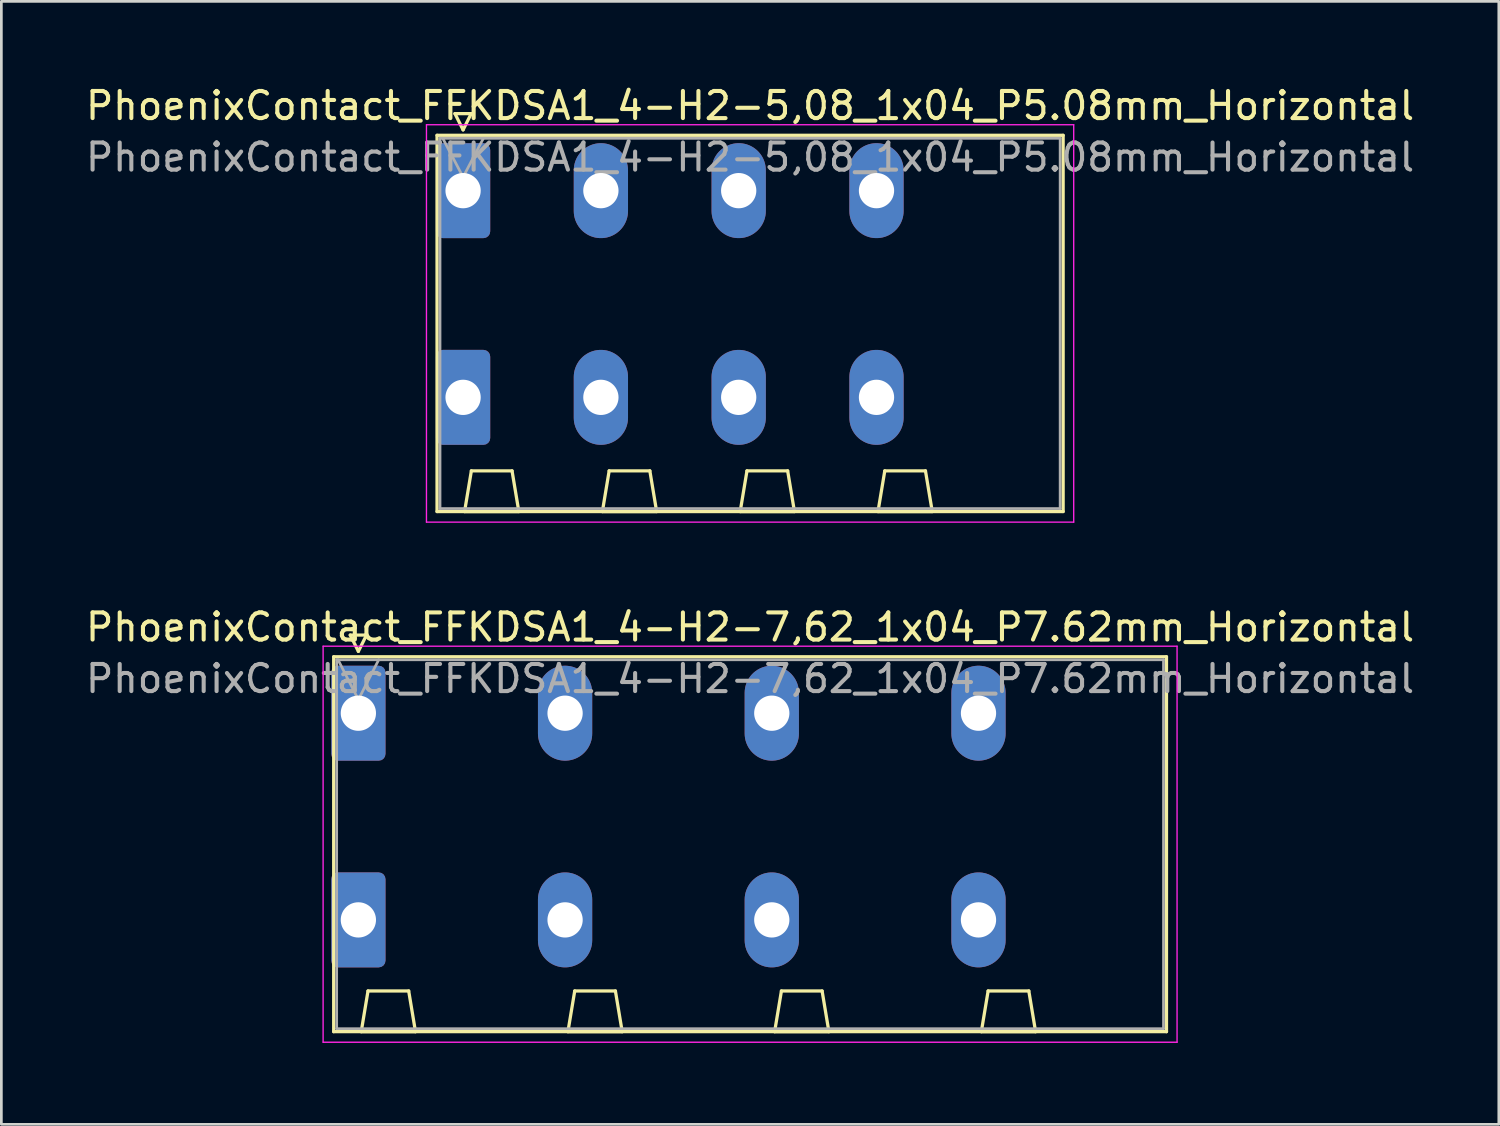
<source format=kicad_pcb>
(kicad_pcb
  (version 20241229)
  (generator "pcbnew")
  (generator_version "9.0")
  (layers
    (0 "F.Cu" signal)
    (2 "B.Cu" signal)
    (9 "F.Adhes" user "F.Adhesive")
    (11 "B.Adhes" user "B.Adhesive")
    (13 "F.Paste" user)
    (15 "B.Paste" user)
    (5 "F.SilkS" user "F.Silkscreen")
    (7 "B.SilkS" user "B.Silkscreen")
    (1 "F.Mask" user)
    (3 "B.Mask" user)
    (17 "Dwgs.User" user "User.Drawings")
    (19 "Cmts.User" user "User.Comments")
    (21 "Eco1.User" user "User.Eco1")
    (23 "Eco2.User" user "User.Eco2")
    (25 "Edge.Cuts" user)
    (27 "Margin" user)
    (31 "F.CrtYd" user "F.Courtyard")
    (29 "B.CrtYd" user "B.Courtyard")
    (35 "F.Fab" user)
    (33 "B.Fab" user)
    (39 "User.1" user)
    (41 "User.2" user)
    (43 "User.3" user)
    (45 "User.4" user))
  (footprint "PhoenixContact_FFKDSA1_4-H2-5,08_1x04_P5.08mm_Horizontal"
    (layer "F.Cu")
    (at 14.021 3.978)
    (property "Reference" "PhoenixContact_FFKDSA1_4-H2-5,08_1x04_P5.08mm_Horizontal" (at 10.58 -3.13 0) (layer "F.SilkS") (effects (font (size 1 1) (thickness 0.15))))
    (attr through_hole)
    (fp_line (start -0.96 -2.04) (end -0.96 11.83) (stroke (width 0.12) (type solid)) (layer "F.SilkS"))
    (fp_line (start -0.96 11.83) (end 22.12 11.83) (stroke (width 0.12) (type solid)) (layer "F.SilkS"))
    (fp_line (start -0.3 -2.84) (end 0.3 -2.84) (stroke (width 0.12) (type solid)) (layer "F.SilkS"))
    (fp_line (start 0 -2.24) (end -0.3 -2.84) (stroke (width 0.12) (type solid)) (layer "F.SilkS"))
    (fp_line (start 0.055 11.83) (end 2.055 11.83) (stroke (width 0.12) (type solid)) (layer "F.SilkS"))
    (fp_line (start 0.3 -2.84) (end 0 -2.24) (stroke (width 0.12) (type solid)) (layer "F.SilkS"))
    (fp_line (start 0.305 10.33) (end 0.055 11.83) (stroke (width 0.12) (type solid)) (layer "F.SilkS"))
    (fp_line (start 1.805 10.33) (end 0.305 10.33) (stroke (width 0.12) (type solid)) (layer "F.SilkS"))
    (fp_line (start 2.055 11.83) (end 1.805 10.33) (stroke (width 0.12) (type solid)) (layer "F.SilkS"))
    (fp_line (start 5.135 11.83) (end 7.135 11.83) (stroke (width 0.12) (type solid)) (layer "F.SilkS"))
    (fp_line (start 5.385 10.33) (end 5.135 11.83) (stroke (width 0.12) (type solid)) (layer "F.SilkS"))
    (fp_line (start 6.885 10.33) (end 5.385 10.33) (stroke (width 0.12) (type solid)) (layer "F.SilkS"))
    (fp_line (start 7.135 11.83) (end 6.885 10.33) (stroke (width 0.12) (type solid)) (layer "F.SilkS"))
    (fp_line (start 10.215 11.83) (end 12.215 11.83) (stroke (width 0.12) (type solid)) (layer "F.SilkS"))
    (fp_line (start 10.465 10.33) (end 10.215 11.83) (stroke (width 0.12) (type solid)) (layer "F.SilkS"))
    (fp_line (start 11.965 10.33) (end 10.465 10.33) (stroke (width 0.12) (type solid)) (layer "F.SilkS"))
    (fp_line (start 12.215 11.83) (end 11.965 10.33) (stroke (width 0.12) (type solid)) (layer "F.SilkS"))
    (fp_line (start 15.295 11.83) (end 17.295 11.83) (stroke (width 0.12) (type solid)) (layer "F.SilkS"))
    (fp_line (start 15.545 10.33) (end 15.295 11.83) (stroke (width 0.12) (type solid)) (layer "F.SilkS"))
    (fp_line (start 17.045 10.33) (end 15.545 10.33) (stroke (width 0.12) (type solid)) (layer "F.SilkS"))
    (fp_line (start 17.295 11.83) (end 17.045 10.33) (stroke (width 0.12) (type solid)) (layer "F.SilkS"))
    (fp_line (start 22.12 -2.04) (end -0.96 -2.04) (stroke (width 0.12) (type solid)) (layer "F.SilkS"))
    (fp_line (start 22.12 11.83) (end 22.12 -2.04) (stroke (width 0.12) (type solid)) (layer "F.SilkS"))
    (fp_line (start -1.35 -2.43) (end -1.35 12.22) (stroke (width 0.05) (type solid)) (layer "F.CrtYd"))
    (fp_line (start -1.35 12.22) (end 22.51 12.22) (stroke (width 0.05) (type solid)) (layer "F.CrtYd"))
    (fp_line (start 22.51 -2.43) (end -1.35 -2.43) (stroke (width 0.05) (type solid)) (layer "F.CrtYd"))
    (fp_line (start 22.51 12.22) (end 22.51 -2.43) (stroke (width 0.05) (type solid)) (layer "F.CrtYd"))
    (fp_line (start -0.85 -1.93) (end -0.85 11.72) (stroke (width 0.1) (type solid)) (layer "F.Fab"))
    (fp_line (start -0.85 11.72) (end 22.01 11.72) (stroke (width 0.1) (type solid)) (layer "F.Fab"))
    (fp_line (start 0 -0.5) (end -0.75 -1.93) (stroke (width 0.1) (type solid)) (layer "F.Fab"))
    (fp_line (start 0.75 -1.93) (end 0 -0.5) (stroke (width 0.1) (type solid)) (layer "F.Fab"))
    (fp_line (start 22.01 -1.93) (end -0.85 -1.93) (stroke (width 0.1) (type solid)) (layer "F.Fab"))
    (fp_line (start 22.01 11.72) (end 22.01 -1.93) (stroke (width 0.1) (type solid)) (layer "F.Fab"))
    (fp_text user "${REFERENCE}" (at 10.58 -1.23 0) (layer "F.Fab") (effects (font (size 1 1) (thickness 0.15))))
    (pad "1" thru_hole roundrect (at 0 0) (size 2 3.5) (drill 1.3) (layers "*.Cu" "*.Mask") (roundrect_rratio 0.125))
    (pad "1" thru_hole roundrect (at 0 7.62) (size 2 3.5) (drill 1.3) (layers "*.Cu" "*.Mask") (roundrect_rratio 0.125))
    (pad "2" thru_hole oval (at 5.08 0) (size 2 3.5) (drill 1.3) (layers "*.Cu" "*.Mask"))
    (pad "2" thru_hole oval (at 5.08 7.62) (size 2 3.5) (drill 1.3) (layers "*.Cu" "*.Mask"))
    (pad "3" thru_hole oval (at 10.16 0) (size 2 3.5) (drill 1.3) (layers "*.Cu" "*.Mask"))
    (pad "3" thru_hole oval (at 10.16 7.62) (size 2 3.5) (drill 1.3) (layers "*.Cu" "*.Mask"))
    (pad "4" thru_hole oval (at 15.24 0) (size 2 3.5) (drill 1.3) (layers "*.Cu" "*.Mask"))
    (pad "4" thru_hole oval (at 15.24 7.62) (size 2 3.5) (drill 1.3) (layers "*.Cu" "*.Mask")))
  (footprint "PhoenixContact_FFKDSA1_4-H2-7,62_1x04_P7.62mm_Horizontal"
    (layer "F.Cu")
    (at 10.161 23.241)
    (property "Reference" "PhoenixContact_FFKDSA1_4-H2-7,62_1x04_P7.62mm_Horizontal" (at 14.44 -3.17 0) (layer "F.SilkS") (effects (font (size 1 1) (thickness 0.15))))
    (attr through_hole)
    (fp_line (start -0.91 -2.08) (end -0.91 11.74) (stroke (width 0.12) (type solid)) (layer "F.SilkS"))
    (fp_line (start -0.91 11.74) (end 29.79 11.74) (stroke (width 0.12) (type solid)) (layer "F.SilkS"))
    (fp_line (start -0.3 -2.88) (end 0.3 -2.88) (stroke (width 0.12) (type solid)) (layer "F.SilkS"))
    (fp_line (start 0 -2.28) (end -0.3 -2.88) (stroke (width 0.12) (type solid)) (layer "F.SilkS"))
    (fp_line (start 0.105 11.74) (end 2.105 11.74) (stroke (width 0.12) (type solid)) (layer "F.SilkS"))
    (fp_line (start 0.3 -2.88) (end 0 -2.28) (stroke (width 0.12) (type solid)) (layer "F.SilkS"))
    (fp_line (start 0.355 10.24) (end 0.105 11.74) (stroke (width 0.12) (type solid)) (layer "F.SilkS"))
    (fp_line (start 1.855 10.24) (end 0.355 10.24) (stroke (width 0.12) (type solid)) (layer "F.SilkS"))
    (fp_line (start 2.105 11.74) (end 1.855 10.24) (stroke (width 0.12) (type solid)) (layer "F.SilkS"))
    (fp_line (start 7.725 11.74) (end 9.725 11.74) (stroke (width 0.12) (type solid)) (layer "F.SilkS"))
    (fp_line (start 7.975 10.24) (end 7.725 11.74) (stroke (width 0.12) (type solid)) (layer "F.SilkS"))
    (fp_line (start 9.475 10.24) (end 7.975 10.24) (stroke (width 0.12) (type solid)) (layer "F.SilkS"))
    (fp_line (start 9.725 11.74) (end 9.475 10.24) (stroke (width 0.12) (type solid)) (layer "F.SilkS"))
    (fp_line (start 15.345 11.74) (end 17.345 11.74) (stroke (width 0.12) (type solid)) (layer "F.SilkS"))
    (fp_line (start 15.595 10.24) (end 15.345 11.74) (stroke (width 0.12) (type solid)) (layer "F.SilkS"))
    (fp_line (start 17.095 10.24) (end 15.595 10.24) (stroke (width 0.12) (type solid)) (layer "F.SilkS"))
    (fp_line (start 17.345 11.74) (end 17.095 10.24) (stroke (width 0.12) (type solid)) (layer "F.SilkS"))
    (fp_line (start 22.965 11.74) (end 24.965 11.74) (stroke (width 0.12) (type solid)) (layer "F.SilkS"))
    (fp_line (start 23.215 10.24) (end 22.965 11.74) (stroke (width 0.12) (type solid)) (layer "F.SilkS"))
    (fp_line (start 24.715 10.24) (end 23.215 10.24) (stroke (width 0.12) (type solid)) (layer "F.SilkS"))
    (fp_line (start 24.965 11.74) (end 24.715 10.24) (stroke (width 0.12) (type solid)) (layer "F.SilkS"))
    (fp_line (start 29.79 -2.08) (end -0.91 -2.08) (stroke (width 0.12) (type solid)) (layer "F.SilkS"))
    (fp_line (start 29.79 11.74) (end 29.79 -2.08) (stroke (width 0.12) (type solid)) (layer "F.SilkS"))
    (fp_line (start -1.3 -2.47) (end -1.3 12.13) (stroke (width 0.05) (type solid)) (layer "F.CrtYd"))
    (fp_line (start -1.3 12.13) (end 30.18 12.13) (stroke (width 0.05) (type solid)) (layer "F.CrtYd"))
    (fp_line (start 30.18 -2.47) (end -1.3 -2.47) (stroke (width 0.05) (type solid)) (layer "F.CrtYd"))
    (fp_line (start 30.18 12.13) (end 30.18 -2.47) (stroke (width 0.05) (type solid)) (layer "F.CrtYd"))
    (fp_line (start -0.8 -1.97) (end -0.8 11.63) (stroke (width 0.1) (type solid)) (layer "F.Fab"))
    (fp_line (start -0.8 11.63) (end 29.68 11.63) (stroke (width 0.1) (type solid)) (layer "F.Fab"))
    (fp_line (start 0 -0.5) (end -0.75 -1.97) (stroke (width 0.1) (type solid)) (layer "F.Fab"))
    (fp_line (start 0.75 -1.97) (end 0 -0.5) (stroke (width 0.1) (type solid)) (layer "F.Fab"))
    (fp_line (start 29.68 -1.97) (end -0.8 -1.97) (stroke (width 0.1) (type solid)) (layer "F.Fab"))
    (fp_line (start 29.68 11.63) (end 29.68 -1.97) (stroke (width 0.1) (type solid)) (layer "F.Fab"))
    (fp_text user "${REFERENCE}" (at 14.44 -1.27 0) (layer "F.Fab") (effects (font (size 1 1) (thickness 0.15))))
    (pad "1" thru_hole roundrect (at 0 0) (size 2 3.5) (drill 1.3) (layers "*.Cu" "*.Mask") (roundrect_rratio 0.125))
    (pad "1" thru_hole roundrect (at 0 7.62) (size 2 3.5) (drill 1.3) (layers "*.Cu" "*.Mask") (roundrect_rratio 0.125))
    (pad "2" thru_hole oval (at 7.62 0) (size 2 3.5) (drill 1.3) (layers "*.Cu" "*.Mask"))
    (pad "2" thru_hole oval (at 7.62 7.62) (size 2 3.5) (drill 1.3) (layers "*.Cu" "*.Mask"))
    (pad "3" thru_hole oval (at 15.24 0) (size 2 3.5) (drill 1.3) (layers "*.Cu" "*.Mask"))
    (pad "3" thru_hole oval (at 15.24 7.62) (size 2 3.5) (drill 1.3) (layers "*.Cu" "*.Mask"))
    (pad "4" thru_hole oval (at 22.86 0) (size 2 3.5) (drill 1.3) (layers "*.Cu" "*.Mask"))
    (pad "4" thru_hole oval (at 22.86 7.62) (size 2 3.5) (drill 1.3) (layers "*.Cu" "*.Mask")))
  (gr_rect
    (start -3 -3)
    (end 52.202 38.397)
    (stroke (width 0.1) (type default))
    (fill no)
    (layer "Edge.Cuts")))
</source>
